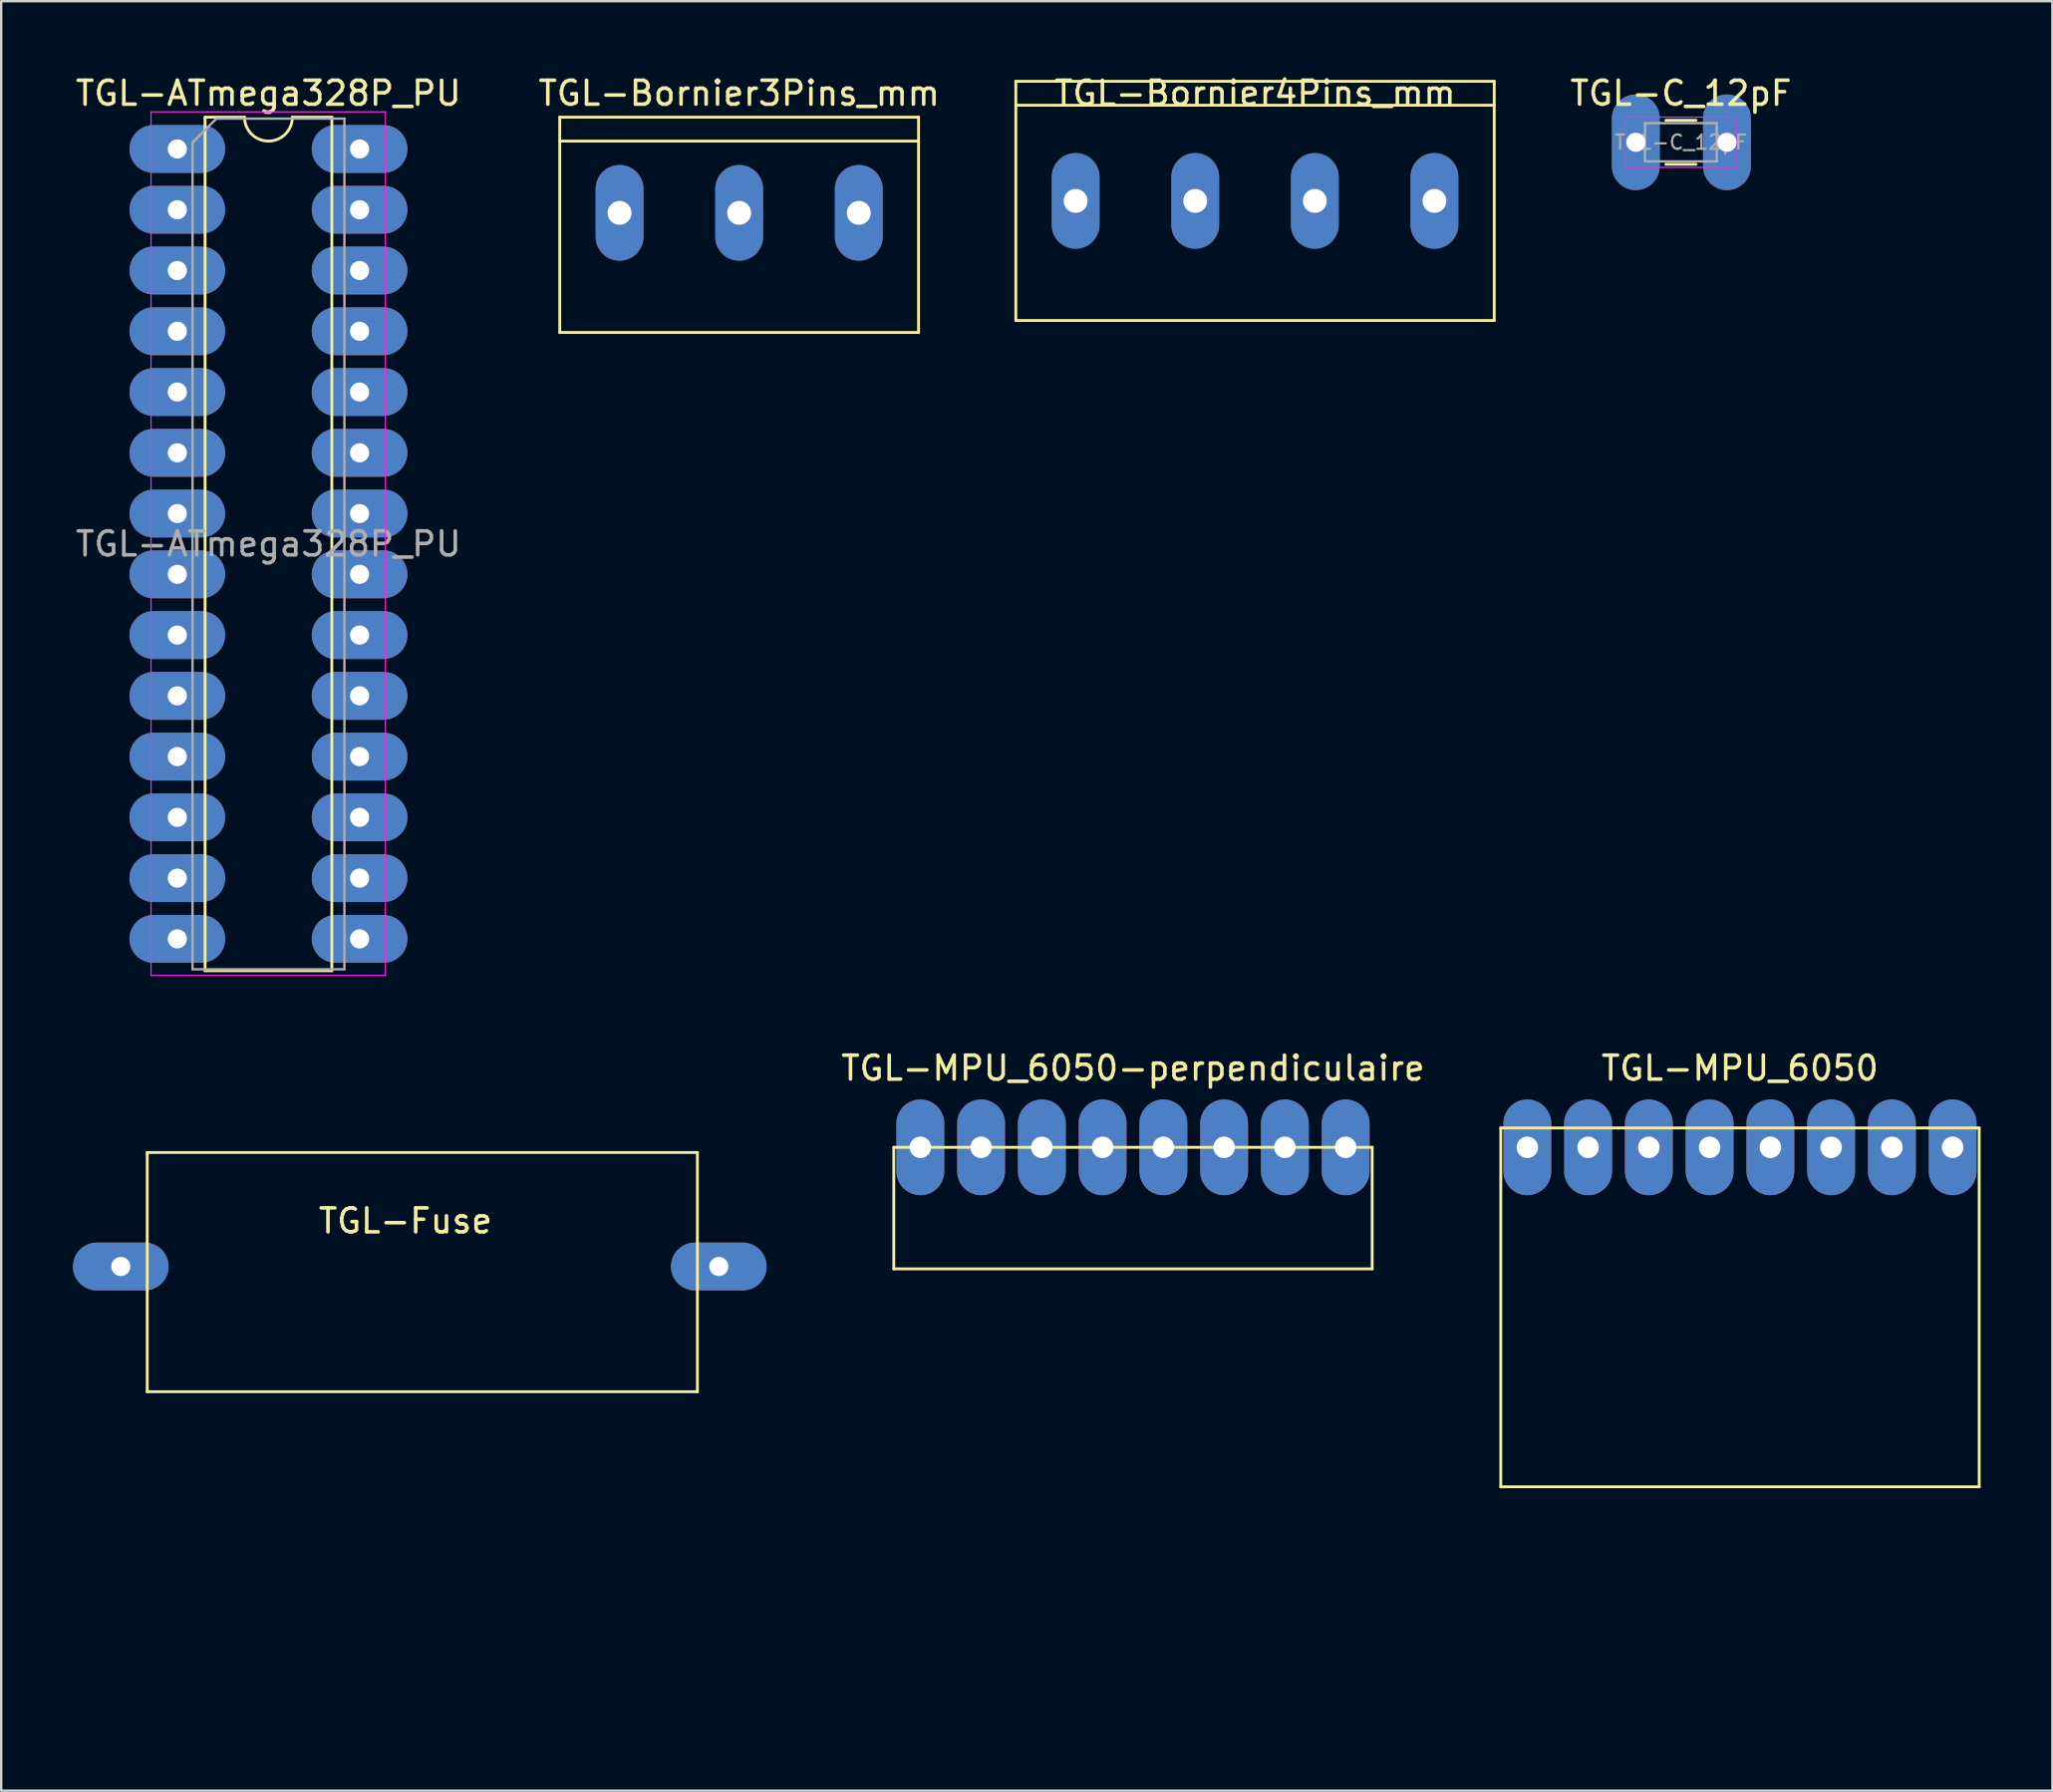
<source format=kicad_pcb>
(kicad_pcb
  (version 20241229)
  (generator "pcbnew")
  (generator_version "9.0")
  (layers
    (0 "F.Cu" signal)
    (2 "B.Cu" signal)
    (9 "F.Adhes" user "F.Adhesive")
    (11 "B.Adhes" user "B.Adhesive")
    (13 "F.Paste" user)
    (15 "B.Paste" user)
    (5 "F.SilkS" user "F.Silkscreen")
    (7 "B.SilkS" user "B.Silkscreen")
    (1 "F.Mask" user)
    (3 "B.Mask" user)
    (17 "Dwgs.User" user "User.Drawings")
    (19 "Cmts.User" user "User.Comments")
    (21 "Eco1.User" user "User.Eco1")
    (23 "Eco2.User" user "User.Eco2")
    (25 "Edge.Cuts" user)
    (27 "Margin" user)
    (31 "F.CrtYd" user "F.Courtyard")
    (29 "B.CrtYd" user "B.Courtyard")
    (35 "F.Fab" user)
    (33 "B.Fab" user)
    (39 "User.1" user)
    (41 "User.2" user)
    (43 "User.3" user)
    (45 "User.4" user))
  (footprint "TGL-NO_PRINT"
    (layer "F.Cu")
    (at 5.601 62.51)
    (property "Reference" "TGL-NO_PRINT" (at 0 0.5 0) (layer "Eco1.User") (effects (font (size 1 1) (thickness 0.15))))
    (attr through_hole)
    (fp_line (start 2.5 2) (end -2.5 6) (stroke (width 0.12) (type solid)) (layer "Eco1.User"))
    (fp_circle (center 0 4) (end 2.236 4) (stroke (width 0.12) (type solid)) (fill no) (layer "Eco1.User")))
  (footprint "TGL-C_12pF"
    (layer "F.Cu")
    (at 65.971 2.898)
    (property "Reference" "TGL-C_12pF" (at 1.25 -2.05 0) (layer "F.SilkS") (effects (font (size 1 1) (thickness 0.15))))
    (attr through_hole)
    (fp_line (start 0.621 -0.92) (end 1.879 -0.92) (stroke (width 0.12) (type solid)) (layer "F.SilkS"))
    (fp_line (start 0.621 0.92) (end 1.879 0.92) (stroke (width 0.12) (type solid)) (layer "F.SilkS"))
    (fp_line (start -1.05 -1.05) (end -1.05 1.05) (stroke (width 0.05) (type solid)) (layer "F.CrtYd"))
    (fp_line (start -1.05 1.05) (end 3.55 1.05) (stroke (width 0.05) (type solid)) (layer "F.CrtYd"))
    (fp_line (start 3.55 -1.05) (end -1.05 -1.05) (stroke (width 0.05) (type solid)) (layer "F.CrtYd"))
    (fp_line (start 3.55 1.05) (end 3.55 -1.05) (stroke (width 0.05) (type solid)) (layer "F.CrtYd"))
    (fp_line (start -0.25 -0.8) (end -0.25 0.8) (stroke (width 0.1) (type solid)) (layer "F.Fab"))
    (fp_line (start -0.25 0.8) (end 2.75 0.8) (stroke (width 0.1) (type solid)) (layer "F.Fab"))
    (fp_line (start 2.75 -0.8) (end -0.25 -0.8) (stroke (width 0.1) (type solid)) (layer "F.Fab"))
    (fp_line (start 2.75 0.8) (end 2.75 -0.8) (stroke (width 0.1) (type solid)) (layer "F.Fab"))
    (fp_text user "${REFERENCE}" (at 1.25 0 0) (layer "F.Fab") (effects (font (size 0.6 0.6) (thickness 0.09))))
    (pad "1" thru_hole oval (at -0.635 0) (size 2 4) (drill 0.8) (layers "*.Cu" "*.Mask"))
    (pad "2" thru_hole oval (at 3.175 0) (size 2 4) (drill 0.8) (layers "*.Cu" "*.Mask")))
  (footprint "TGL-Fuse"
    (layer "F.Cu")
    (at 13.9 41.003)
    (property "Reference" "TGL-Fuse" (at 0 6.985 0) (layer "F.SilkS") (effects (font (size 1 1) (thickness 0.15))))
    (attr through_hole)
    (fp_line (start -10.795 4.125) (end 12.205 4.125) (stroke (width 0.12) (type solid)) (layer "F.SilkS"))
    (fp_line (start -10.795 14.125) (end -10.795 4.125) (stroke (width 0.12) (type solid)) (layer "F.SilkS"))
    (fp_line (start -10.795 14.125) (end 12.205 14.125) (stroke (width 0.12) (type solid)) (layer "F.SilkS"))
    (fp_line (start 12.205 14.125) (end 12.205 4.125) (stroke (width 0.12) (type solid)) (layer "F.SilkS"))
    (pad "1" thru_hole oval (at -11.9 8.89) (size 4 2) (drill 0.8) (layers "*.Cu" "*.Mask"))
    (pad "2" thru_hole oval (at 13.1 8.89) (size 4 2) (drill 0.8) (layers "*.Cu" "*.Mask")))
  (footprint "TGL-Bornier4Pins_mm"
    (layer "F.Cu")
    (at 49.417 1.848)
    (property "Reference" "TGL-Bornier4Pins_mm" (at 0 -1 0) (layer "F.SilkS") (effects (font (size 1 1) (thickness 0.15))))
    (attr through_hole)
    (fp_line (start -10 -1.5) (end -10 8.5) (stroke (width 0.12) (type solid)) (layer "F.SilkS"))
    (fp_line (start -10 -0.5) (end 10 -0.5) (stroke (width 0.12) (type solid)) (layer "F.SilkS"))
    (fp_line (start -10 8.5) (end 10 8.5) (stroke (width 0.12) (type solid)) (layer "F.SilkS"))
    (fp_line (start 10 -1.5) (end -10 -1.5) (stroke (width 0.12) (type solid)) (layer "F.SilkS"))
    (fp_line (start 10 -1.5) (end 10 8.5) (stroke (width 0.12) (type solid)) (layer "F.SilkS"))
    (pad "5" thru_hole oval (at -7.5 3.5) (size 2 4) (drill 1) (layers "*.Cu" "*.Mask"))
    (pad "6" thru_hole oval (at -2.5 3.5) (size 2 4) (drill 1) (layers "*.Cu" "*.Mask"))
    (pad "7" thru_hole oval (at 2.5 3.5) (size 2 4) (drill 1) (layers "*.Cu" "*.Mask"))
    (pad "8" thru_hole oval (at 7.5 3.5 180) (size 2 4) (drill 1) (layers "*.Cu" "*.Mask")))
  (footprint "TGL-ATmega328P_PU"
    (layer "F.Cu")
    (at 4.363 3.178)
    (property "Reference" "TGL-ATmega328P_PU" (at 3.81 -2.33 0) (layer "F.SilkS") (effects (font (size 1 1) (thickness 0.15))))
    (attr through_hole)
    (fp_line (start 1.16 -1.33) (end 1.16 34.35) (stroke (width 0.12) (type solid)) (layer "F.SilkS"))
    (fp_line (start 1.16 34.35) (end 6.46 34.35) (stroke (width 0.12) (type solid)) (layer "F.SilkS"))
    (fp_line (start 2.81 -1.33) (end 1.16 -1.33) (stroke (width 0.12) (type solid)) (layer "F.SilkS"))
    (fp_line (start 6.46 -1.33) (end 4.81 -1.33) (stroke (width 0.12) (type solid)) (layer "F.SilkS"))
    (fp_line (start 6.46 34.35) (end 6.46 -1.33) (stroke (width 0.12) (type solid)) (layer "F.SilkS"))
    (fp_arc (start 4.81 -1.33) (mid 3.81 -0.33) (end 2.81 -1.33) (stroke (width 0.12) (type solid)) (layer "F.SilkS"))
    (fp_line (start -1.1 -1.55) (end -1.1 34.55) (stroke (width 0.05) (type solid)) (layer "F.CrtYd"))
    (fp_line (start -1.1 34.55) (end 8.7 34.55) (stroke (width 0.05) (type solid)) (layer "F.CrtYd"))
    (fp_line (start 8.7 -1.55) (end -1.1 -1.55) (stroke (width 0.05) (type solid)) (layer "F.CrtYd"))
    (fp_line (start 8.7 34.55) (end 8.7 -1.55) (stroke (width 0.05) (type solid)) (layer "F.CrtYd"))
    (fp_line (start 0.635 -0.27) (end 1.635 -1.27) (stroke (width 0.1) (type solid)) (layer "F.Fab"))
    (fp_line (start 0.635 34.29) (end 0.635 -0.27) (stroke (width 0.1) (type solid)) (layer "F.Fab"))
    (fp_line (start 1.635 -1.27) (end 6.985 -1.27) (stroke (width 0.1) (type solid)) (layer "F.Fab"))
    (fp_line (start 6.985 -1.27) (end 6.985 34.29) (stroke (width 0.1) (type solid)) (layer "F.Fab"))
    (fp_line (start 6.985 34.29) (end 0.635 34.29) (stroke (width 0.1) (type solid)) (layer "F.Fab"))
    (fp_text user "${REFERENCE}" (at 3.81 16.51 0) (layer "F.Fab") (effects (font (size 1 1) (thickness 0.15))))
    (pad "1" thru_hole oval (at 0 0) (size 4 2) (drill 0.8) (layers "*.Cu" "*.Mask"))
    (pad "2" thru_hole oval (at 0 2.54) (size 4 2) (drill 0.8) (layers "*.Cu" "*.Mask"))
    (pad "3" thru_hole oval (at 0 5.08) (size 4 2) (drill 0.8) (layers "*.Cu" "*.Mask"))
    (pad "4" thru_hole oval (at 0 7.62) (size 4 2) (drill 0.8) (layers "*.Cu" "*.Mask"))
    (pad "5" thru_hole oval (at 0 10.16) (size 4 2) (drill 0.8) (layers "*.Cu" "*.Mask"))
    (pad "6" thru_hole oval (at 0 12.7) (size 4 2) (drill 0.8) (layers "*.Cu" "*.Mask"))
    (pad "7" thru_hole oval (at 0 15.24) (size 4 2) (drill 0.8) (layers "*.Cu" "*.Mask"))
    (pad "8" thru_hole oval (at 0 17.78) (size 4 2) (drill 0.8) (layers "*.Cu" "*.Mask"))
    (pad "9" thru_hole oval (at 0 20.32) (size 4 2) (drill 0.8) (layers "*.Cu" "*.Mask"))
    (pad "10" thru_hole oval (at 0 22.86) (size 4 2) (drill 0.8) (layers "*.Cu" "*.Mask"))
    (pad "11" thru_hole oval (at 0 25.4) (size 4 2) (drill 0.8) (layers "*.Cu" "*.Mask"))
    (pad "12" thru_hole oval (at 0 27.94) (size 4 2) (drill 0.8) (layers "*.Cu" "*.Mask"))
    (pad "13" thru_hole oval (at 0 30.48) (size 4 2) (drill 0.8) (layers "*.Cu" "*.Mask"))
    (pad "14" thru_hole oval (at 0 33.02) (size 4 2) (drill 0.8) (layers "*.Cu" "*.Mask"))
    (pad "15" thru_hole oval (at 7.62 33.02) (size 4 2) (drill 0.8) (layers "*.Cu" "*.Mask"))
    (pad "16" thru_hole oval (at 7.62 30.48) (size 4 2) (drill 0.8) (layers "*.Cu" "*.Mask"))
    (pad "17" thru_hole oval (at 7.62 27.94) (size 4 2) (drill 0.8) (layers "*.Cu" "*.Mask"))
    (pad "18" thru_hole oval (at 7.62 25.4) (size 4 2) (drill 0.8) (layers "*.Cu" "*.Mask"))
    (pad "19" thru_hole oval (at 7.62 22.86) (size 4 2) (drill 0.8) (layers "*.Cu" "*.Mask"))
    (pad "20" thru_hole oval (at 7.62 20.32) (size 4 2) (drill 0.8) (layers "*.Cu" "*.Mask"))
    (pad "21" thru_hole oval (at 7.62 17.78) (size 4 2) (drill 0.8) (layers "*.Cu" "*.Mask"))
    (pad "22" thru_hole oval (at 7.62 15.24) (size 4 2) (drill 0.8) (layers "*.Cu" "*.Mask"))
    (pad "23" thru_hole oval (at 7.62 12.7) (size 4 2) (drill 0.8) (layers "*.Cu" "*.Mask"))
    (pad "24" thru_hole oval (at 7.62 10.16) (size 4 2) (drill 0.8) (layers "*.Cu" "*.Mask"))
    (pad "25" thru_hole oval (at 7.62 7.62) (size 4 2) (drill 0.8) (layers "*.Cu" "*.Mask"))
    (pad "26" thru_hole oval (at 7.62 5.08) (size 4 2) (drill 0.8) (layers "*.Cu" "*.Mask"))
    (pad "27" thru_hole oval (at 7.62 2.54) (size 4 2) (drill 0.8) (layers "*.Cu" "*.Mask"))
    (pad "28" thru_hole oval (at 7.62 0) (size 4 2) (drill 0.8) (layers "*.Cu" "*.Mask")))
  (footprint "TGL-MPU_6050"
    (layer "F.Cu")
    (at 69.691 41.102)
    (property "Reference" "TGL-MPU_6050" (at 0 0.5 0) (layer "F.SilkS") (effects (font (size 1 1) (thickness 0.15))))
    (attr through_hole)
    (fp_line (start -10 3) (end 10 3) (stroke (width 0.12) (type solid)) (layer "F.SilkS"))
    (fp_line (start -10 18) (end -10 3) (stroke (width 0.12) (type solid)) (layer "F.SilkS"))
    (fp_line (start 10 3) (end 10 18) (stroke (width 0.12) (type solid)) (layer "F.SilkS"))
    (fp_line (start 10 18) (end -10 18) (stroke (width 0.12) (type solid)) (layer "F.SilkS"))
    (pad "" thru_hole oval (at -8.89 3.81) (size 2 4) (drill 0.9) (layers "*.Cu" "*.Mask"))
    (pad "" thru_hole oval (at -6.35 3.81) (size 2 4) (drill 0.9) (layers "*.Cu" "*.Mask"))
    (pad "" thru_hole oval (at -3.81 3.81) (size 2 4) (drill 0.9) (layers "*.Cu" "*.Mask"))
    (pad "" thru_hole oval (at -1.27 3.81) (size 2 4) (drill 0.9) (layers "*.Cu" "*.Mask"))
    (pad "13" thru_hole oval (at 8.89 3.81) (size 2 4) (drill 0.9) (layers "*.Cu" "*.Mask"))
    (pad "18" thru_hole oval (at 6.35 3.81) (size 2 4) (drill 0.9) (layers "*.Cu" "*.Mask"))
    (pad "23" thru_hole oval (at 3.81 3.81) (size 2 4) (drill 0.9) (layers "*.Cu" "*.Mask"))
    (pad "24" thru_hole oval (at 1.27 3.81) (size 2 4) (drill 0.9) (layers "*.Cu" "*.Mask")))
  (footprint "TGL-MPU_6050-perpendiculaire"
    (layer "F.Cu")
    (at 44.315 41.102)
    (property "Reference" "TGL-MPU_6050-perpendiculaire" (at 0 0.5 0) (layer "F.SilkS") (effects (font (size 1 1) (thickness 0.15))))
    (attr through_hole)
    (fp_line (start -10 3.81) (end 10 3.81) (stroke (width 0.12) (type solid)) (layer "F.SilkS"))
    (fp_line (start -10 8.89) (end -10 3.81) (stroke (width 0.12) (type solid)) (layer "F.SilkS"))
    (fp_line (start 10 3.81) (end 10 8.89) (stroke (width 0.12) (type solid)) (layer "F.SilkS"))
    (fp_line (start 10 8.89) (end -10 8.89) (stroke (width 0.12) (type solid)) (layer "F.SilkS"))
    (pad "" thru_hole oval (at 1.27 3.81) (size 2 4) (drill 0.9) (layers "*.Cu" "*.Mask"))
    (pad "" thru_hole oval (at 3.81 3.81) (size 2 4) (drill 0.9) (layers "*.Cu" "*.Mask"))
    (pad "" thru_hole oval (at 6.35 3.81) (size 2 4) (drill 0.9) (layers "*.Cu" "*.Mask"))
    (pad "" thru_hole oval (at 8.89 3.81) (size 2 4) (drill 0.9) (layers "*.Cu" "*.Mask"))
    (pad "13" thru_hole oval (at -8.89 3.81) (size 2 4) (drill 0.9) (layers "*.Cu" "*.Mask"))
    (pad "18" thru_hole oval (at -6.35 3.81) (size 2 4) (drill 0.9) (layers "*.Cu" "*.Mask"))
    (pad "23" thru_hole oval (at -3.81 3.81) (size 2 4) (drill 0.9) (layers "*.Cu" "*.Mask"))
    (pad "24" thru_hole oval (at -1.27 3.81) (size 2 4) (drill 0.9) (layers "*.Cu" "*.Mask")))
  (footprint "TGL-Bornier3Pins_mm"
    (layer "F.Cu")
    (at 27.851 0.348)
    (property "Reference" "TGL-Bornier3Pins_mm" (at 0 0.5 0) (layer "F.SilkS") (effects (font (size 1 1) (thickness 0.15))))
    (attr through_hole)
    (fp_line (start -7.5 1.5) (end -7.5 10.5) (stroke (width 0.12) (type solid)) (layer "F.SilkS"))
    (fp_line (start -7.5 2.5) (end 7.5 2.5) (stroke (width 0.12) (type solid)) (layer "F.SilkS"))
    (fp_line (start -7.5 10.5) (end 7.5 10.5) (stroke (width 0.12) (type solid)) (layer "F.SilkS"))
    (fp_line (start 7.5 1.5) (end -7.5 1.5) (stroke (width 0.12) (type solid)) (layer "F.SilkS"))
    (fp_line (start 7.5 10.5) (end 7.5 1.5) (stroke (width 0.12) (type solid)) (layer "F.SilkS"))
    (pad "2" thru_hole oval (at 5 5.5) (size 2 4) (drill 1) (layers "*.Cu" "*.Mask"))
    (pad "4" thru_hole oval (at 0 5.5) (size 2 4) (drill 1) (layers "*.Cu" "*.Mask"))
    (pad "6" thru_hole oval (at -5 5.5) (size 2 4) (drill 1) (layers "*.Cu" "*.Mask")))
  (gr_rect
    (start -3 -3)
    (end 82.751 71.806)
    (stroke (width 0.1) (type default))
    (fill no)
    (layer "Edge.Cuts")))
</source>
